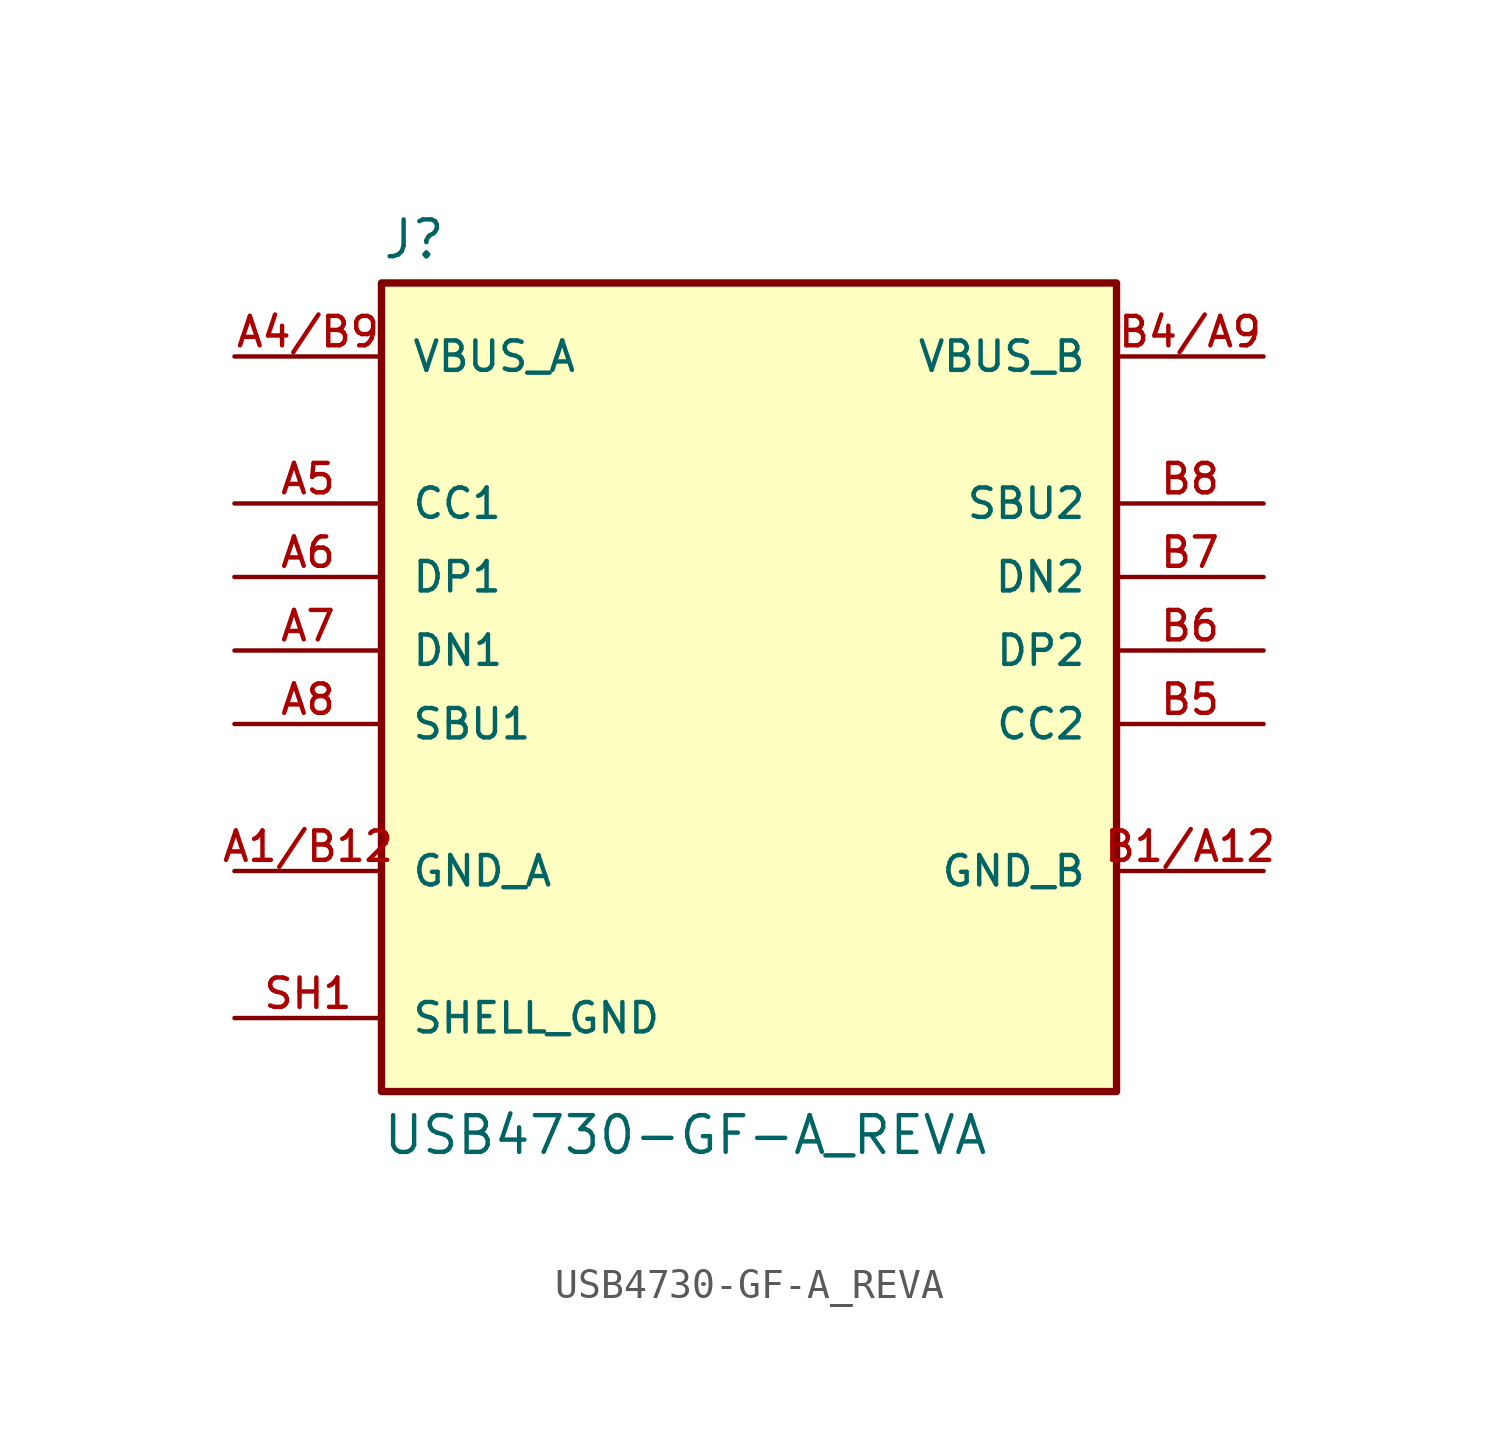
<source format=kicad_sym>
(kicad_symbol_lib
  (version 20211014)
  (generator kicad_symbol_editor)
  (symbol "USB4730-GF-A_REVA"
    (pin_names
      (offset 1.016))
    (property "Reference" "J"
      (at -12.7 13.462 0)
      (effects (font (size 1.27 1.27)) (justify bottom left)))
    (property "Value" "USB4730-GF-A_REVA"
      (at -12.7 -16.002 0.0)
      (effects (font (size 1.27 1.27)) (justify top left)))
    (symbol "USB4730-GF-A_REVA_0_0"
      (rectangle (start -12.7 -15.24) (end 12.7 12.7) (stroke (width 0.254)) (fill (type background)))
      (pin power_in line (at -17.78 -7.62 0) (length 5.08) (name "GND_A" (effects (font (size 1.016 1.016)))) (number "A1/B12" (effects (font (size 1.016 1.016)))))
      (pin power_in line (at -17.78 10.16 0) (length 5.08) (name "VBUS_A" (effects (font (size 1.016 1.016)))) (number "A4/B9" (effects (font (size 1.016 1.016)))))
      (pin bidirectional line (at -17.78 2.54 0) (length 5.08) (name "DP1" (effects (font (size 1.016 1.016)))) (number "A6" (effects (font (size 1.016 1.016)))))
      (pin bidirectional line (at -17.78 5.08 0) (length 5.08) (name "CC1" (effects (font (size 1.016 1.016)))) (number "A5" (effects (font (size 1.016 1.016)))))
      (pin bidirectional line (at -17.78 -2.54 0) (length 5.08) (name "SBU1" (effects (font (size 1.016 1.016)))) (number "A8" (effects (font (size 1.016 1.016)))))
      (pin bidirectional line (at -17.78 0.0 0) (length 5.08) (name "DN1" (effects (font (size 1.016 1.016)))) (number "A7" (effects (font (size 1.016 1.016)))))
      (pin power_in line (at -17.78 -12.7 0) (length 5.08) (name "SHELL_GND" (effects (font (size 1.016 1.016)))) (number "SH1" (effects (font (size 1.016 1.016)))))
      (pin power_in line (at -17.78 -12.7 0) (length 5.08) hide (name "SHELL_GND" (effects (font (size 1.016 1.016)))) (number "SH2" (effects (font (size 1.016 1.016)))))
      (pin power_in line (at -17.78 -12.7 0) (length 5.08) hide (name "SHELL_GND" (effects (font (size 1.016 1.016)))) (number "SH3" (effects (font (size 1.016 1.016)))))
      (pin power_in line (at -17.78 -12.7 0) (length 5.08) hide (name "SHELL_GND" (effects (font (size 1.016 1.016)))) (number "SH4" (effects (font (size 1.016 1.016)))))
      (pin power_in line (at 17.78 -7.62 180.0) (length 5.08) (name "GND_B" (effects (font (size 1.016 1.016)))) (number "B1/A12" (effects (font (size 1.016 1.016)))))
      (pin power_in line (at 17.78 10.16 180.0) (length 5.08) (name "VBUS_B" (effects (font (size 1.016 1.016)))) (number "B4/A9" (effects (font (size 1.016 1.016)))))
      (pin bidirectional line (at 17.78 0.0 180.0) (length 5.08) (name "DP2" (effects (font (size 1.016 1.016)))) (number "B6" (effects (font (size 1.016 1.016)))))
      (pin bidirectional line (at 17.78 -2.54 180.0) (length 5.08) (name "CC2" (effects (font (size 1.016 1.016)))) (number "B5" (effects (font (size 1.016 1.016)))))
      (pin bidirectional line (at 17.78 5.08 180.0) (length 5.08) (name "SBU2" (effects (font (size 1.016 1.016)))) (number "B8" (effects (font (size 1.016 1.016)))))
      (pin bidirectional line (at 17.78 2.54 180.0) (length 5.08) (name "DN2" (effects (font (size 1.016 1.016)))) (number "B7" (effects (font (size 1.016 1.016))))))))
</source>
